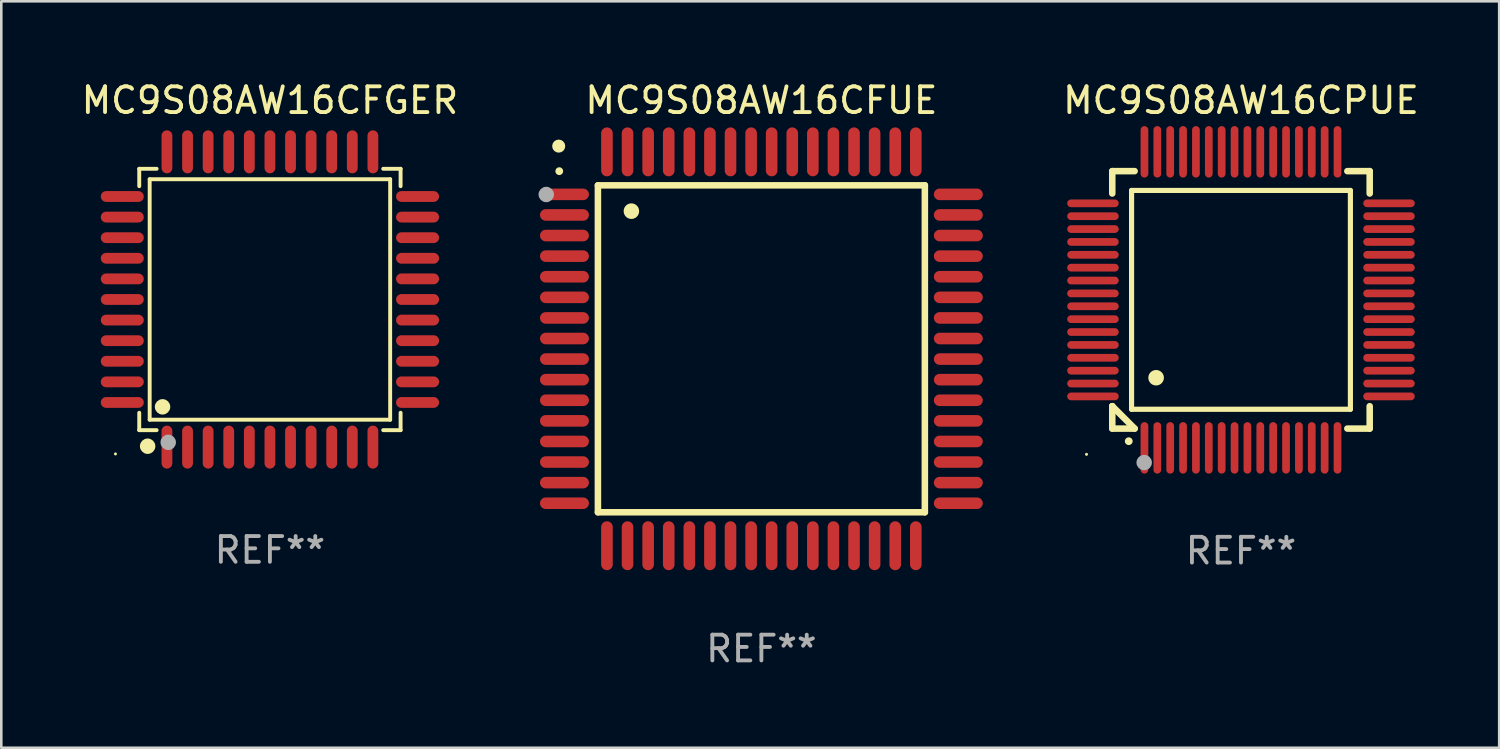
<source format=kicad_pcb>
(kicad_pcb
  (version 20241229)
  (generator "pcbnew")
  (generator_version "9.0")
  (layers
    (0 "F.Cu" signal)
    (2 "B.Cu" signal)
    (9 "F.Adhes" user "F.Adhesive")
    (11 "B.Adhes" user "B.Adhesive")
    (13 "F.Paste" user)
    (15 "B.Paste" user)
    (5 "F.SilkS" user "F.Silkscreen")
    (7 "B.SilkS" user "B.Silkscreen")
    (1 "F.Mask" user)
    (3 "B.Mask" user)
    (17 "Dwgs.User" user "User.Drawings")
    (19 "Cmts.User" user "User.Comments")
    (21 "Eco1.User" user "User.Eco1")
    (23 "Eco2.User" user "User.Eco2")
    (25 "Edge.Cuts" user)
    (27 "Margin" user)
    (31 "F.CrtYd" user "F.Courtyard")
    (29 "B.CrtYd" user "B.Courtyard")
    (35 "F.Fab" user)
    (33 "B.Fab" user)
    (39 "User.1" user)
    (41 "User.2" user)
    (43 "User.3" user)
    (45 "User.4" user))
  (footprint "MC9S08AW16CFUE"
    (layer "F.Cu")
    (at 26.526 10.499)
    (property "Reference" "MC9S08AW16CFUE" (at 0 -9.65 0) (layer "F.SilkS") (effects (font (size 1 1) (thickness 0.15))))
    (attr through_hole)
    (fp_line (start -6.35 -6.35) (end 6.35 -6.35) (stroke (width 0.254) (type solid)) (layer "F.SilkS"))
    (fp_line (start -6.35 6.35) (end -6.35 -6.35) (stroke (width 0.254) (type solid)) (layer "F.SilkS"))
    (fp_line (start 6.35 -6.35) (end 6.35 6.35) (stroke (width 0.254) (type solid)) (layer "F.SilkS"))
    (fp_line (start 6.35 6.35) (end -6.35 6.35) (stroke (width 0.254) (type solid)) (layer "F.SilkS"))
    (fp_arc (start -7.851156 -6.898654) (mid -7.851161 -6.899924) (end -7.851156 -6.901194) (stroke (width 0.3) (type solid)) (layer "F.SilkS"))
    (fp_arc (start -5.04953 -5.344171) (mid -5.049541 -5.346711) (end -5.04953 -5.349251) (stroke (width 0.6) (type solid)) (layer "F.SilkS"))
    (fp_circle (center -7.873 -7.873) (end -7.746 -7.873) (stroke (width 0.254) (type solid)) (fill no) (layer "F.SilkS"))
    (fp_circle (center -8.357 -5.994) (end -8.207 -5.994) (stroke (width 0.3) (type solid)) (fill no) (layer "F.Fab"))
    (fp_text user "REF**" (at 0 11.65 0) (layer "F.Fab") (effects (font (size 1 1) (thickness 0.15))))
    (pad "1" smd oval (at -7.65 -5.999 90) (size 0.45 1.9) (layers "F.Cu" "F.Mask" "F.Paste"))
    (pad "2" smd oval (at -7.65 -5.199 90) (size 0.45 1.9) (layers "F.Cu" "F.Mask" "F.Paste"))
    (pad "3" smd oval (at -7.65 -4.399 90) (size 0.45 1.9) (layers "F.Cu" "F.Mask" "F.Paste"))
    (pad "4" smd oval (at -7.65 -3.599 90) (size 0.45 1.9) (layers "F.Cu" "F.Mask" "F.Paste"))
    (pad "5" smd oval (at -7.65 -2.799 90) (size 0.45 1.9) (layers "F.Cu" "F.Mask" "F.Paste"))
    (pad "6" smd oval (at -7.65 -1.999 90) (size 0.45 1.9) (layers "F.Cu" "F.Mask" "F.Paste"))
    (pad "7" smd oval (at -7.65 -1.199 90) (size 0.45 1.9) (layers "F.Cu" "F.Mask" "F.Paste"))
    (pad "8" smd oval (at -7.65 -0.399 90) (size 0.45 1.9) (layers "F.Cu" "F.Mask" "F.Paste"))
    (pad "9" smd oval (at -7.65 0.399 90) (size 0.45 1.9) (layers "F.Cu" "F.Mask" "F.Paste"))
    (pad "10" smd oval (at -7.65 1.199 90) (size 0.45 1.9) (layers "F.Cu" "F.Mask" "F.Paste"))
    (pad "11" smd oval (at -7.65 1.999 90) (size 0.45 1.9) (layers "F.Cu" "F.Mask" "F.Paste"))
    (pad "12" smd oval (at -7.65 2.799 90) (size 0.45 1.9) (layers "F.Cu" "F.Mask" "F.Paste"))
    (pad "13" smd oval (at -7.65 3.599 90) (size 0.45 1.9) (layers "F.Cu" "F.Mask" "F.Paste"))
    (pad "14" smd oval (at -7.65 4.399 90) (size 0.45 1.9) (layers "F.Cu" "F.Mask" "F.Paste"))
    (pad "15" smd oval (at -7.65 5.199 90) (size 0.45 1.9) (layers "F.Cu" "F.Mask" "F.Paste"))
    (pad "16" smd oval (at -7.65 5.999 90) (size 0.45 1.9) (layers "F.Cu" "F.Mask" "F.Paste"))
    (pad "17" smd oval (at -5.999 7.65) (size 0.45 1.9) (layers "F.Cu" "F.Mask" "F.Paste"))
    (pad "18" smd oval (at -5.199 7.65) (size 0.45 1.9) (layers "F.Cu" "F.Mask" "F.Paste"))
    (pad "19" smd oval (at -4.399 7.65) (size 0.45 1.9) (layers "F.Cu" "F.Mask" "F.Paste"))
    (pad "20" smd oval (at -3.599 7.65) (size 0.45 1.9) (layers "F.Cu" "F.Mask" "F.Paste"))
    (pad "21" smd oval (at -2.799 7.65) (size 0.45 1.9) (layers "F.Cu" "F.Mask" "F.Paste"))
    (pad "22" smd oval (at -1.999 7.65) (size 0.45 1.9) (layers "F.Cu" "F.Mask" "F.Paste"))
    (pad "23" smd oval (at -1.199 7.65) (size 0.45 1.9) (layers "F.Cu" "F.Mask" "F.Paste"))
    (pad "24" smd oval (at -0.399 7.65) (size 0.45 1.9) (layers "F.Cu" "F.Mask" "F.Paste"))
    (pad "25" smd oval (at 0.399 7.65) (size 0.45 1.9) (layers "F.Cu" "F.Mask" "F.Paste"))
    (pad "26" smd oval (at 1.199 7.65) (size 0.45 1.9) (layers "F.Cu" "F.Mask" "F.Paste"))
    (pad "27" smd oval (at 1.999 7.65) (size 0.45 1.9) (layers "F.Cu" "F.Mask" "F.Paste"))
    (pad "28" smd oval (at 2.799 7.65) (size 0.45 1.9) (layers "F.Cu" "F.Mask" "F.Paste"))
    (pad "29" smd oval (at 3.599 7.65) (size 0.45 1.9) (layers "F.Cu" "F.Mask" "F.Paste"))
    (pad "30" smd oval (at 4.399 7.65) (size 0.45 1.9) (layers "F.Cu" "F.Mask" "F.Paste"))
    (pad "31" smd oval (at 5.199 7.65) (size 0.45 1.9) (layers "F.Cu" "F.Mask" "F.Paste"))
    (pad "32" smd oval (at 5.999 7.65) (size 0.45 1.9) (layers "F.Cu" "F.Mask" "F.Paste"))
    (pad "33" smd oval (at 7.65 5.999 90) (size 0.45 1.9) (layers "F.Cu" "F.Mask" "F.Paste"))
    (pad "34" smd oval (at 7.65 5.199 90) (size 0.45 1.9) (layers "F.Cu" "F.Mask" "F.Paste"))
    (pad "35" smd oval (at 7.65 4.399 90) (size 0.45 1.9) (layers "F.Cu" "F.Mask" "F.Paste"))
    (pad "36" smd oval (at 7.65 3.599 90) (size 0.45 1.9) (layers "F.Cu" "F.Mask" "F.Paste"))
    (pad "37" smd oval (at 7.65 2.799 90) (size 0.45 1.9) (layers "F.Cu" "F.Mask" "F.Paste"))
    (pad "38" smd oval (at 7.65 1.999 90) (size 0.45 1.9) (layers "F.Cu" "F.Mask" "F.Paste"))
    (pad "39" smd oval (at 7.65 1.199 90) (size 0.45 1.9) (layers "F.Cu" "F.Mask" "F.Paste"))
    (pad "40" smd oval (at 7.65 0.399 90) (size 0.45 1.9) (layers "F.Cu" "F.Mask" "F.Paste"))
    (pad "41" smd oval (at 7.65 -0.399 90) (size 0.45 1.9) (layers "F.Cu" "F.Mask" "F.Paste"))
    (pad "42" smd oval (at 7.65 -1.199 90) (size 0.45 1.9) (layers "F.Cu" "F.Mask" "F.Paste"))
    (pad "43" smd oval (at 7.65 -1.999 90) (size 0.45 1.9) (layers "F.Cu" "F.Mask" "F.Paste"))
    (pad "44" smd oval (at 7.65 -2.799 90) (size 0.45 1.9) (layers "F.Cu" "F.Mask" "F.Paste"))
    (pad "45" smd oval (at 7.65 -3.599 90) (size 0.45 1.9) (layers "F.Cu" "F.Mask" "F.Paste"))
    (pad "46" smd oval (at 7.65 -4.399 90) (size 0.45 1.9) (layers "F.Cu" "F.Mask" "F.Paste"))
    (pad "47" smd oval (at 7.65 -5.199 90) (size 0.45 1.9) (layers "F.Cu" "F.Mask" "F.Paste"))
    (pad "48" smd oval (at 7.65 -5.999 90) (size 0.45 1.9) (layers "F.Cu" "F.Mask" "F.Paste"))
    (pad "49" smd oval (at 5.999 -7.65) (size 0.45 1.9) (layers "F.Cu" "F.Mask" "F.Paste"))
    (pad "50" smd oval (at 5.199 -7.65) (size 0.45 1.9) (layers "F.Cu" "F.Mask" "F.Paste"))
    (pad "51" smd oval (at 4.399 -7.65) (size 0.45 1.9) (layers "F.Cu" "F.Mask" "F.Paste"))
    (pad "52" smd oval (at 3.599 -7.65) (size 0.45 1.9) (layers "F.Cu" "F.Mask" "F.Paste"))
    (pad "53" smd oval (at 2.799 -7.65) (size 0.45 1.9) (layers "F.Cu" "F.Mask" "F.Paste"))
    (pad "54" smd oval (at 1.999 -7.65) (size 0.45 1.9) (layers "F.Cu" "F.Mask" "F.Paste"))
    (pad "55" smd oval (at 1.199 -7.65) (size 0.45 1.9) (layers "F.Cu" "F.Mask" "F.Paste"))
    (pad "56" smd oval (at 0.399 -7.65) (size 0.45 1.9) (layers "F.Cu" "F.Mask" "F.Paste"))
    (pad "57" smd oval (at -0.399 -7.65) (size 0.45 1.9) (layers "F.Cu" "F.Mask" "F.Paste"))
    (pad "58" smd oval (at -1.199 -7.65) (size 0.45 1.9) (layers "F.Cu" "F.Mask" "F.Paste"))
    (pad "59" smd oval (at -1.999 -7.65) (size 0.45 1.9) (layers "F.Cu" "F.Mask" "F.Paste"))
    (pad "60" smd oval (at -2.799 -7.65) (size 0.45 1.9) (layers "F.Cu" "F.Mask" "F.Paste"))
    (pad "61" smd oval (at -3.599 -7.65) (size 0.45 1.9) (layers "F.Cu" "F.Mask" "F.Paste"))
    (pad "62" smd oval (at -4.399 -7.65) (size 0.45 1.9) (layers "F.Cu" "F.Mask" "F.Paste"))
    (pad "63" smd oval (at -5.199 -7.65) (size 0.45 1.9) (layers "F.Cu" "F.Mask" "F.Paste"))
    (pad "64" smd oval (at -5.999 -7.65) (size 0.45 1.9) (layers "F.Cu" "F.Mask" "F.Paste")))
  (footprint "MC9S08AW16CPUE"
    (layer "F.Cu")
    (at 45.156 8.598)
    (property "Reference" "MC9S08AW16CPUE" (at 0 -7.75 0) (layer "F.SilkS") (effects (font (size 1 1) (thickness 0.15))))
    (attr through_hole)
    (fp_line (start -5 -5) (end -4.131 -5) (stroke (width 0.254) (type solid)) (layer "F.SilkS"))
    (fp_line (start -5 -4.131) (end -5 -5) (stroke (width 0.254) (type solid)) (layer "F.SilkS"))
    (fp_line (start -5 4.131) (end -5 4.131) (stroke (width 0.254) (type solid)) (layer "F.SilkS"))
    (fp_line (start -5 5) (end -5 4.131) (stroke (width 0.254) (type solid)) (layer "F.SilkS"))
    (fp_line (start -5 4.131) (end -4.131 5) (stroke (width 0.254) (type solid)) (layer "F.SilkS"))
    (fp_line (start -4.25 -4.25) (end -4.25 4.25) (stroke (width 0.2) (type solid)) (layer "F.SilkS"))
    (fp_line (start -4.25 4.25) (end 4.25 4.25) (stroke (width 0.2) (type solid)) (layer "F.SilkS"))
    (fp_line (start -4.131 5) (end -5 5) (stroke (width 0.254) (type solid)) (layer "F.SilkS"))
    (fp_line (start 4.25 -4.25) (end -4.25 -4.25) (stroke (width 0.2) (type solid)) (layer "F.SilkS"))
    (fp_line (start 4.25 4.25) (end 4.25 -4.25) (stroke (width 0.2) (type solid)) (layer "F.SilkS"))
    (fp_line (start 5 -5) (end 4.131 -5) (stroke (width 0.254) (type solid)) (layer "F.SilkS"))
    (fp_line (start 5 -5) (end 5 -4.131) (stroke (width 0.254) (type solid)) (layer "F.SilkS"))
    (fp_line (start 5 4.131) (end 5 5) (stroke (width 0.254) (type solid)) (layer "F.SilkS"))
    (fp_line (start 5 5) (end 4.131 5) (stroke (width 0.254) (type solid)) (layer "F.SilkS"))
    (fp_arc (start -4.361265 5.489992) (mid -4.359995 5.489987) (end -4.358725 5.489992) (stroke (width 0.3) (type solid)) (layer "F.SilkS"))
    (fp_arc (start -3.299467 3.025146) (mid -3.296927 3.025135) (end -3.294387 3.025146) (stroke (width 0.6) (type solid)) (layer "F.SilkS"))
    (fp_circle (center -6 6) (end -5.97 6) (stroke (width 0.06) (type solid)) (fill no) (layer "F.SilkS"))
    (fp_circle (center -3.76 6.32) (end -3.61 6.32) (stroke (width 0.3) (type solid)) (fill no) (layer "F.Fab"))
    (fp_text user "REF**" (at 0 9.75 0) (layer "F.Fab") (effects (font (size 1 1) (thickness 0.15))))
    (pad "1" smd oval (at -3.75 5.75) (size 0.3 2) (layers "F.Cu" "F.Mask" "F.Paste"))
    (pad "2" smd oval (at -3.25 5.75) (size 0.3 2) (layers "F.Cu" "F.Mask" "F.Paste"))
    (pad "3" smd oval (at -2.75 5.75) (size 0.3 2) (layers "F.Cu" "F.Mask" "F.Paste"))
    (pad "4" smd oval (at -2.25 5.75) (size 0.3 2) (layers "F.Cu" "F.Mask" "F.Paste"))
    (pad "5" smd oval (at -1.75 5.75) (size 0.3 2) (layers "F.Cu" "F.Mask" "F.Paste"))
    (pad "6" smd oval (at -1.25 5.75) (size 0.3 2) (layers "F.Cu" "F.Mask" "F.Paste"))
    (pad "7" smd oval (at -0.75 5.75) (size 0.3 2) (layers "F.Cu" "F.Mask" "F.Paste"))
    (pad "8" smd oval (at -0.25 5.75) (size 0.3 2) (layers "F.Cu" "F.Mask" "F.Paste"))
    (pad "9" smd oval (at 0.25 5.75) (size 0.3 2) (layers "F.Cu" "F.Mask" "F.Paste"))
    (pad "10" smd oval (at 0.75 5.75) (size 0.3 2) (layers "F.Cu" "F.Mask" "F.Paste"))
    (pad "11" smd oval (at 1.25 5.75) (size 0.3 2) (layers "F.Cu" "F.Mask" "F.Paste"))
    (pad "12" smd oval (at 1.75 5.75) (size 0.3 2) (layers "F.Cu" "F.Mask" "F.Paste"))
    (pad "13" smd oval (at 2.25 5.75) (size 0.3 2) (layers "F.Cu" "F.Mask" "F.Paste"))
    (pad "14" smd oval (at 2.75 5.75) (size 0.3 2) (layers "F.Cu" "F.Mask" "F.Paste"))
    (pad "15" smd oval (at 3.25 5.75) (size 0.3 2) (layers "F.Cu" "F.Mask" "F.Paste"))
    (pad "16" smd oval (at 3.75 5.75) (size 0.3 2) (layers "F.Cu" "F.Mask" "F.Paste"))
    (pad "17" smd oval (at 5.75 3.75) (size 2 0.3) (layers "F.Cu" "F.Mask" "F.Paste"))
    (pad "18" smd oval (at 5.75 3.25) (size 2 0.3) (layers "F.Cu" "F.Mask" "F.Paste"))
    (pad "19" smd oval (at 5.75 2.75) (size 2 0.3) (layers "F.Cu" "F.Mask" "F.Paste"))
    (pad "20" smd oval (at 5.75 2.25) (size 2 0.3) (layers "F.Cu" "F.Mask" "F.Paste"))
    (pad "21" smd oval (at 5.75 1.75) (size 2 0.3) (layers "F.Cu" "F.Mask" "F.Paste"))
    (pad "22" smd oval (at 5.75 1.25) (size 2 0.3) (layers "F.Cu" "F.Mask" "F.Paste"))
    (pad "23" smd oval (at 5.75 0.75) (size 2 0.3) (layers "F.Cu" "F.Mask" "F.Paste"))
    (pad "24" smd oval (at 5.75 0.25) (size 2 0.3) (layers "F.Cu" "F.Mask" "F.Paste"))
    (pad "25" smd oval (at 5.75 -0.25) (size 2 0.3) (layers "F.Cu" "F.Mask" "F.Paste"))
    (pad "26" smd oval (at 5.75 -0.75) (size 2 0.3) (layers "F.Cu" "F.Mask" "F.Paste"))
    (pad "27" smd oval (at 5.75 -1.25) (size 2 0.3) (layers "F.Cu" "F.Mask" "F.Paste"))
    (pad "28" smd oval (at 5.75 -1.75) (size 2 0.3) (layers "F.Cu" "F.Mask" "F.Paste"))
    (pad "29" smd oval (at 5.75 -2.25) (size 2 0.3) (layers "F.Cu" "F.Mask" "F.Paste"))
    (pad "30" smd oval (at 5.75 -2.75) (size 2 0.3) (layers "F.Cu" "F.Mask" "F.Paste"))
    (pad "31" smd oval (at 5.75 -3.25) (size 2 0.3) (layers "F.Cu" "F.Mask" "F.Paste"))
    (pad "32" smd oval (at 5.75 -3.75) (size 2 0.3) (layers "F.Cu" "F.Mask" "F.Paste"))
    (pad "33" smd oval (at 3.75 -5.75) (size 0.3 2) (layers "F.Cu" "F.Mask" "F.Paste"))
    (pad "34" smd oval (at 3.25 -5.75) (size 0.3 2) (layers "F.Cu" "F.Mask" "F.Paste"))
    (pad "35" smd oval (at 2.75 -5.75) (size 0.3 2) (layers "F.Cu" "F.Mask" "F.Paste"))
    (pad "36" smd oval (at 2.25 -5.75) (size 0.3 2) (layers "F.Cu" "F.Mask" "F.Paste"))
    (pad "37" smd oval (at 1.75 -5.75) (size 0.3 2) (layers "F.Cu" "F.Mask" "F.Paste"))
    (pad "38" smd oval (at 1.25 -5.75) (size 0.3 2) (layers "F.Cu" "F.Mask" "F.Paste"))
    (pad "39" smd oval (at 0.75 -5.75) (size 0.3 2) (layers "F.Cu" "F.Mask" "F.Paste"))
    (pad "40" smd oval (at 0.25 -5.75) (size 0.3 2) (layers "F.Cu" "F.Mask" "F.Paste"))
    (pad "41" smd oval (at -0.25 -5.75) (size 0.3 2) (layers "F.Cu" "F.Mask" "F.Paste"))
    (pad "42" smd oval (at -0.75 -5.75) (size 0.3 2) (layers "F.Cu" "F.Mask" "F.Paste"))
    (pad "43" smd oval (at -1.25 -5.75) (size 0.3 2) (layers "F.Cu" "F.Mask" "F.Paste"))
    (pad "44" smd oval (at -1.75 -5.75) (size 0.3 2) (layers "F.Cu" "F.Mask" "F.Paste"))
    (pad "45" smd oval (at -2.25 -5.75) (size 0.3 2) (layers "F.Cu" "F.Mask" "F.Paste"))
    (pad "46" smd oval (at -2.75 -5.75) (size 0.3 2) (layers "F.Cu" "F.Mask" "F.Paste"))
    (pad "47" smd oval (at -3.25 -5.75) (size 0.3 2) (layers "F.Cu" "F.Mask" "F.Paste"))
    (pad "48" smd oval (at -3.75 -5.75) (size 0.3 2) (layers "F.Cu" "F.Mask" "F.Paste"))
    (pad "49" smd oval (at -5.75 -3.75) (size 2 0.3) (layers "F.Cu" "F.Mask" "F.Paste"))
    (pad "50" smd oval (at -5.75 -3.25) (size 2 0.3) (layers "F.Cu" "F.Mask" "F.Paste"))
    (pad "51" smd oval (at -5.75 -2.75) (size 2 0.3) (layers "F.Cu" "F.Mask" "F.Paste"))
    (pad "52" smd oval (at -5.75 -2.25) (size 2 0.3) (layers "F.Cu" "F.Mask" "F.Paste"))
    (pad "53" smd oval (at -5.75 -1.75) (size 2 0.3) (layers "F.Cu" "F.Mask" "F.Paste"))
    (pad "54" smd oval (at -5.75 -1.25) (size 2 0.3) (layers "F.Cu" "F.Mask" "F.Paste"))
    (pad "55" smd oval (at -5.75 -0.75) (size 2 0.3) (layers "F.Cu" "F.Mask" "F.Paste"))
    (pad "56" smd oval (at -5.75 -0.25) (size 2 0.3) (layers "F.Cu" "F.Mask" "F.Paste"))
    (pad "57" smd oval (at -5.75 0.25) (size 2 0.3) (layers "F.Cu" "F.Mask" "F.Paste"))
    (pad "58" smd oval (at -5.75 0.75) (size 2 0.3) (layers "F.Cu" "F.Mask" "F.Paste"))
    (pad "59" smd oval (at -5.75 1.25) (size 2 0.3) (layers "F.Cu" "F.Mask" "F.Paste"))
    (pad "60" smd oval (at -5.75 1.75) (size 2 0.3) (layers "F.Cu" "F.Mask" "F.Paste"))
    (pad "61" smd oval (at -5.75 2.25) (size 2 0.3) (layers "F.Cu" "F.Mask" "F.Paste"))
    (pad "62" smd oval (at -5.75 2.75) (size 2 0.3) (layers "F.Cu" "F.Mask" "F.Paste"))
    (pad "63" smd oval (at -5.75 3.25) (size 2 0.3) (layers "F.Cu" "F.Mask" "F.Paste"))
    (pad "64" smd oval (at -5.75 3.75) (size 2 0.3) (layers "F.Cu" "F.Mask" "F.Paste")))
  (footprint "MC9S08AW16CFGER"
    (layer "F.Cu")
    (at 7.435 8.583)
    (property "Reference" "MC9S08AW16CFGER" (at 0 -7.735 0) (layer "F.SilkS") (effects (font (size 1 1) (thickness 0.15))))
    (attr through_hole)
    (fp_line (start -5.076 -5.076) (end -4.401 -5.076) (stroke (width 0.152) (type solid)) (layer "F.SilkS"))
    (fp_line (start -5.076 -4.401) (end -5.076 -5.076) (stroke (width 0.152) (type solid)) (layer "F.SilkS"))
    (fp_line (start -5.076 4.401) (end -5.076 5.076) (stroke (width 0.152) (type solid)) (layer "F.SilkS"))
    (fp_line (start -5.076 5.076) (end -4.401 5.076) (stroke (width 0.152) (type solid)) (layer "F.SilkS"))
    (fp_line (start -4.671 -4.671) (end 4.671 -4.671) (stroke (width 0.152) (type solid)) (layer "F.SilkS"))
    (fp_line (start -4.671 4.671) (end -4.671 -4.671) (stroke (width 0.152) (type solid)) (layer "F.SilkS"))
    (fp_line (start 4.671 -4.671) (end 4.671 4.671) (stroke (width 0.152) (type solid)) (layer "F.SilkS"))
    (fp_line (start 4.671 4.671) (end -4.671 4.671) (stroke (width 0.152) (type solid)) (layer "F.SilkS"))
    (fp_line (start 5.076 -5.076) (end 4.401 -5.076) (stroke (width 0.152) (type solid)) (layer "F.SilkS"))
    (fp_line (start 5.076 -4.401) (end 5.076 -5.076) (stroke (width 0.152) (type solid)) (layer "F.SilkS"))
    (fp_line (start 5.076 4.401) (end 5.076 5.076) (stroke (width 0.152) (type solid)) (layer "F.SilkS"))
    (fp_line (start 5.076 5.076) (end 4.401 5.076) (stroke (width 0.152) (type solid)) (layer "F.SilkS"))
    (fp_circle (center -6 6) (end -5.97 6) (stroke (width 0.06) (type solid)) (fill no) (layer "F.SilkS"))
    (fp_circle (center -4.75 5.7) (end -4.6 5.7) (stroke (width 0.3) (type solid)) (fill no) (layer "F.SilkS"))
    (fp_circle (center -4.171 4.171) (end -4.021 4.171) (stroke (width 0.3) (type solid)) (fill no) (layer "F.SilkS"))
    (fp_circle (center -3.95 5.55) (end -3.8 5.55) (stroke (width 0.3) (type solid)) (fill no) (layer "F.Fab"))
    (fp_text user "REF**" (at 0 9.735 0) (layer "F.Fab") (effects (font (size 1 1) (thickness 0.15))))
    (pad "1" smd oval (at -4 5.735) (size 0.42 1.67) (layers "F.Cu" "F.Mask" "F.Paste"))
    (pad "2" smd oval (at -3.2 5.735) (size 0.42 1.67) (layers "F.Cu" "F.Mask" "F.Paste"))
    (pad "3" smd oval (at -2.4 5.735) (size 0.42 1.67) (layers "F.Cu" "F.Mask" "F.Paste"))
    (pad "4" smd oval (at -1.6 5.735) (size 0.42 1.67) (layers "F.Cu" "F.Mask" "F.Paste"))
    (pad "5" smd oval (at -0.8 5.735) (size 0.42 1.67) (layers "F.Cu" "F.Mask" "F.Paste"))
    (pad "6" smd oval (at 0 5.735) (size 0.42 1.67) (layers "F.Cu" "F.Mask" "F.Paste"))
    (pad "7" smd oval (at 0.8 5.735) (size 0.42 1.67) (layers "F.Cu" "F.Mask" "F.Paste"))
    (pad "8" smd oval (at 1.6 5.735) (size 0.42 1.67) (layers "F.Cu" "F.Mask" "F.Paste"))
    (pad "9" smd oval (at 2.4 5.735) (size 0.42 1.67) (layers "F.Cu" "F.Mask" "F.Paste"))
    (pad "10" smd oval (at 3.2 5.735) (size 0.42 1.67) (layers "F.Cu" "F.Mask" "F.Paste"))
    (pad "11" smd oval (at 4 5.735) (size 0.42 1.67) (layers "F.Cu" "F.Mask" "F.Paste"))
    (pad "12" smd oval (at 5.735 4) (size 1.67 0.42) (layers "F.Cu" "F.Mask" "F.Paste"))
    (pad "13" smd oval (at 5.735 3.2) (size 1.67 0.42) (layers "F.Cu" "F.Mask" "F.Paste"))
    (pad "14" smd oval (at 5.735 2.4) (size 1.67 0.42) (layers "F.Cu" "F.Mask" "F.Paste"))
    (pad "15" smd oval (at 5.735 1.6) (size 1.67 0.42) (layers "F.Cu" "F.Mask" "F.Paste"))
    (pad "16" smd oval (at 5.735 0.8) (size 1.67 0.42) (layers "F.Cu" "F.Mask" "F.Paste"))
    (pad "17" smd oval (at 5.735 0) (size 1.67 0.42) (layers "F.Cu" "F.Mask" "F.Paste"))
    (pad "18" smd oval (at 5.735 -0.8) (size 1.67 0.42) (layers "F.Cu" "F.Mask" "F.Paste"))
    (pad "19" smd oval (at 5.735 -1.6) (size 1.67 0.42) (layers "F.Cu" "F.Mask" "F.Paste"))
    (pad "20" smd oval (at 5.735 -2.4) (size 1.67 0.42) (layers "F.Cu" "F.Mask" "F.Paste"))
    (pad "21" smd oval (at 5.735 -3.2) (size 1.67 0.42) (layers "F.Cu" "F.Mask" "F.Paste"))
    (pad "22" smd oval (at 5.735 -4) (size 1.67 0.42) (layers "F.Cu" "F.Mask" "F.Paste"))
    (pad "23" smd oval (at 4 -5.735) (size 0.42 1.67) (layers "F.Cu" "F.Mask" "F.Paste"))
    (pad "24" smd oval (at 3.2 -5.735) (size 0.42 1.67) (layers "F.Cu" "F.Mask" "F.Paste"))
    (pad "25" smd oval (at 2.4 -5.735) (size 0.42 1.67) (layers "F.Cu" "F.Mask" "F.Paste"))
    (pad "26" smd oval (at 1.6 -5.735) (size 0.42 1.67) (layers "F.Cu" "F.Mask" "F.Paste"))
    (pad "27" smd oval (at 0.8 -5.735) (size 0.42 1.67) (layers "F.Cu" "F.Mask" "F.Paste"))
    (pad "28" smd oval (at 0 -5.735) (size 0.42 1.67) (layers "F.Cu" "F.Mask" "F.Paste"))
    (pad "29" smd oval (at -0.8 -5.735) (size 0.42 1.67) (layers "F.Cu" "F.Mask" "F.Paste"))
    (pad "30" smd oval (at -1.6 -5.735) (size 0.42 1.67) (layers "F.Cu" "F.Mask" "F.Paste"))
    (pad "31" smd oval (at -2.4 -5.735) (size 0.42 1.67) (layers "F.Cu" "F.Mask" "F.Paste"))
    (pad "32" smd oval (at -3.2 -5.735) (size 0.42 1.67) (layers "F.Cu" "F.Mask" "F.Paste"))
    (pad "33" smd oval (at -4 -5.735) (size 0.42 1.67) (layers "F.Cu" "F.Mask" "F.Paste"))
    (pad "34" smd oval (at -5.735 -4) (size 1.67 0.42) (layers "F.Cu" "F.Mask" "F.Paste"))
    (pad "35" smd oval (at -5.735 -3.2) (size 1.67 0.42) (layers "F.Cu" "F.Mask" "F.Paste"))
    (pad "36" smd oval (at -5.735 -2.4) (size 1.67 0.42) (layers "F.Cu" "F.Mask" "F.Paste"))
    (pad "37" smd oval (at -5.735 -1.6) (size 1.67 0.42) (layers "F.Cu" "F.Mask" "F.Paste"))
    (pad "38" smd oval (at -5.735 -0.8) (size 1.67 0.42) (layers "F.Cu" "F.Mask" "F.Paste"))
    (pad "39" smd oval (at -5.735 0) (size 1.67 0.42) (layers "F.Cu" "F.Mask" "F.Paste"))
    (pad "40" smd oval (at -5.735 0.8) (size 1.67 0.42) (layers "F.Cu" "F.Mask" "F.Paste"))
    (pad "41" smd oval (at -5.735 1.6) (size 1.67 0.42) (layers "F.Cu" "F.Mask" "F.Paste"))
    (pad "42" smd oval (at -5.735 2.4) (size 1.67 0.42) (layers "F.Cu" "F.Mask" "F.Paste"))
    (pad "43" smd oval (at -5.735 3.2) (size 1.67 0.42) (layers "F.Cu" "F.Mask" "F.Paste"))
    (pad "44" smd oval (at -5.735 4) (size 1.67 0.42) (layers "F.Cu" "F.Mask" "F.Paste")))
  (gr_rect
    (start -3 -3)
    (end 55.186 25.997)
    (stroke (width 0.1) (type default))
    (fill no)
    (layer "Edge.Cuts")))
</source>
